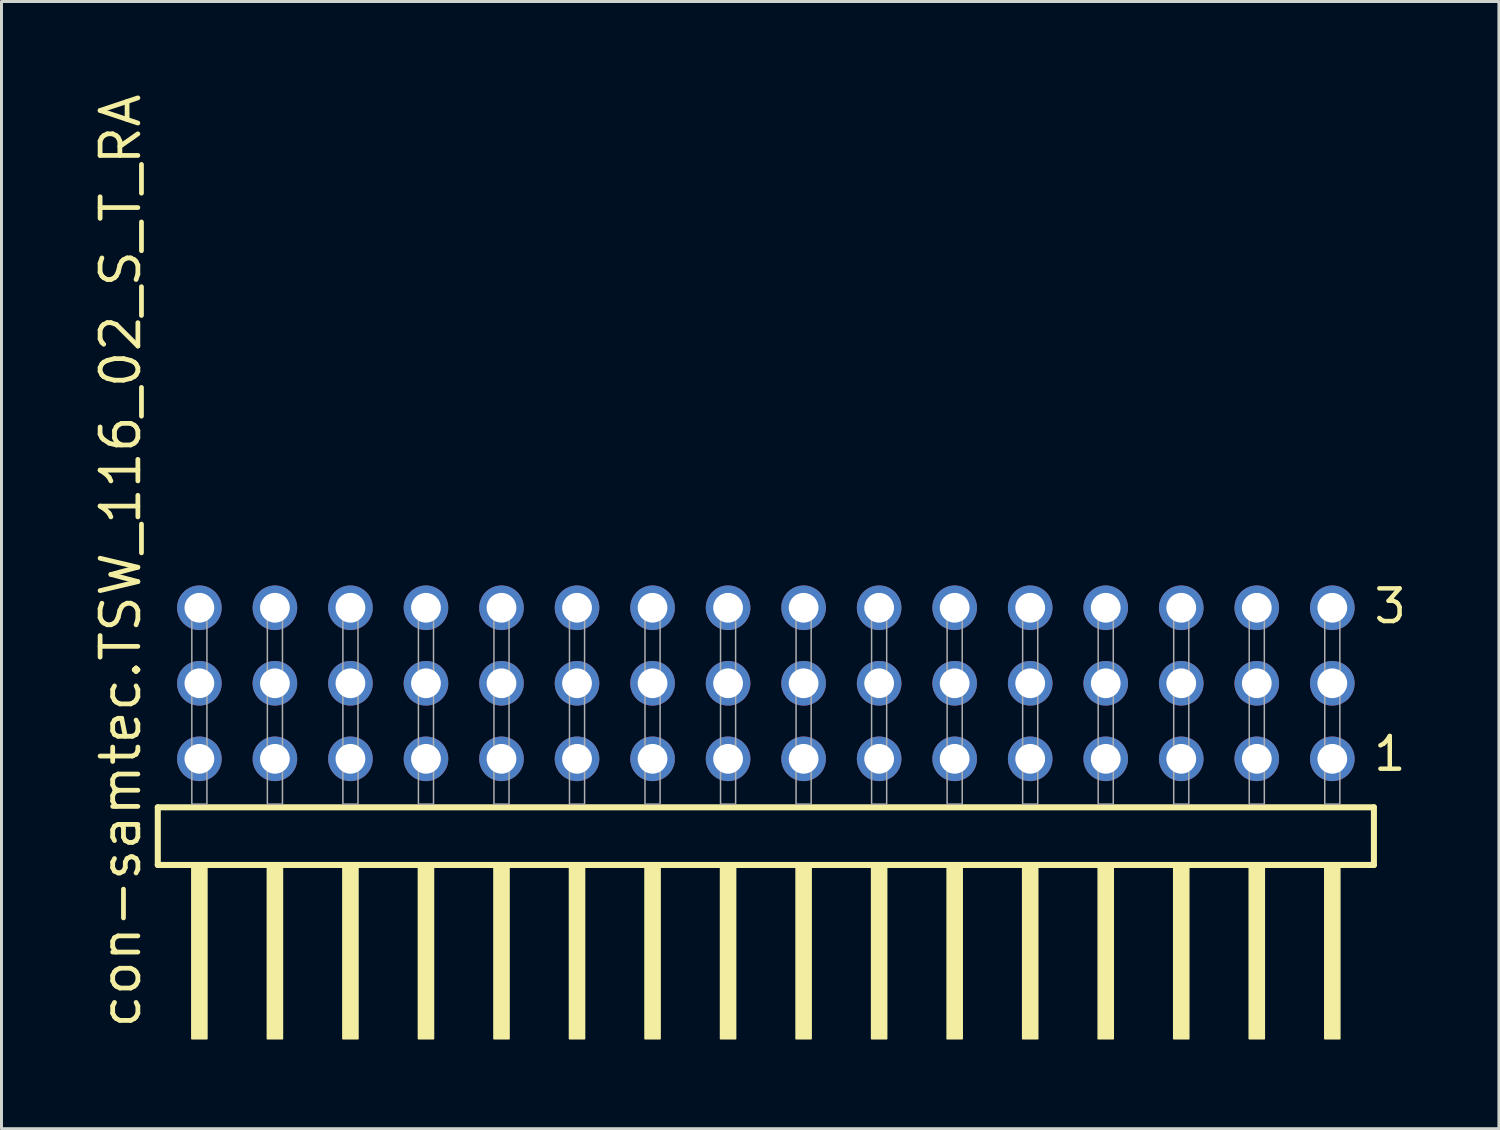
<source format=kicad_pcb>
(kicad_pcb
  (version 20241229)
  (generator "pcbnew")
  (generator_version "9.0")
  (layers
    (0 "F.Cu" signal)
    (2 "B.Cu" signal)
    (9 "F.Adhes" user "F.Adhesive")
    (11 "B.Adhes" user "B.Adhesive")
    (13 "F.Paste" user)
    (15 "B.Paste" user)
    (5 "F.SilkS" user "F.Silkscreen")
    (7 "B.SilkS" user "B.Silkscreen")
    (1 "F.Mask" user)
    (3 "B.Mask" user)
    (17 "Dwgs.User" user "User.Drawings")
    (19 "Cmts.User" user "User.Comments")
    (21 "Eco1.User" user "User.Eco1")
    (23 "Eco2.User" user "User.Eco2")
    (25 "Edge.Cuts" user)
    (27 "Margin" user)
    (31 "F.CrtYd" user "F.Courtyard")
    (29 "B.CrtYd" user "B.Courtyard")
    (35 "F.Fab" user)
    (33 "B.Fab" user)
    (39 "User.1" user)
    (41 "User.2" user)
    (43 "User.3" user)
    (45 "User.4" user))
  (footprint "con-samtec.TSW_116_02_S_T_RA"
    (layer "F.Cu")
    (at 22.705 23.993)
    (property "Reference" "con-samtec.TSW_116_02_S_T_RA" (at -20.955 7.62 90) (layer "F.SilkS") (effects (font (size 1.27 1.27) (thickness 0.16)) (justify left bottom)))
    (attr through_hole)
    (fp_line (start -20.449 0.106) (end -20.449 2.046) (stroke (width 0.203) (type default)) (layer "F.SilkS"))
    (fp_line (start -20.449 2.046) (end 20.449 2.046) (stroke (width 0.203) (type default)) (layer "F.SilkS"))
    (fp_line (start 20.449 0.106) (end -20.449 0.106) (stroke (width 0.203) (type default)) (layer "F.SilkS"))
    (fp_line (start 20.449 2.046) (end 20.449 0.106) (stroke (width 0.203) (type default)) (layer "F.SilkS"))
    (fp_rect (start -19.304 7.89) (end -18.796 2.04) (stroke (width 0.05) (type default)) (fill yes) (layer "F.SilkS"))
    (fp_rect (start -16.764 7.89) (end -16.256 2.04) (stroke (width 0.05) (type default)) (fill yes) (layer "F.SilkS"))
    (fp_rect (start -14.224 7.89) (end -13.716 2.04) (stroke (width 0.05) (type default)) (fill yes) (layer "F.SilkS"))
    (fp_rect (start -11.684 7.89) (end -11.176 2.04) (stroke (width 0.05) (type default)) (fill yes) (layer "F.SilkS"))
    (fp_rect (start -9.144 7.89) (end -8.636 2.04) (stroke (width 0.05) (type default)) (fill yes) (layer "F.SilkS"))
    (fp_rect (start -6.604 7.89) (end -6.096 2.04) (stroke (width 0.05) (type default)) (fill yes) (layer "F.SilkS"))
    (fp_rect (start -4.064 7.89) (end -3.556 2.04) (stroke (width 0.05) (type default)) (fill yes) (layer "F.SilkS"))
    (fp_rect (start -1.524 7.89) (end -1.016 2.04) (stroke (width 0.05) (type default)) (fill yes) (layer "F.SilkS"))
    (fp_rect (start 1.016 7.89) (end 1.524 2.04) (stroke (width 0.05) (type default)) (fill yes) (layer "F.SilkS"))
    (fp_rect (start 3.556 7.89) (end 4.064 2.04) (stroke (width 0.05) (type default)) (fill yes) (layer "F.SilkS"))
    (fp_rect (start 6.096 7.89) (end 6.604 2.04) (stroke (width 0.05) (type default)) (fill yes) (layer "F.SilkS"))
    (fp_rect (start 8.636 7.89) (end 9.144 2.04) (stroke (width 0.05) (type default)) (fill yes) (layer "F.SilkS"))
    (fp_rect (start 11.176 7.89) (end 11.684 2.04) (stroke (width 0.05) (type default)) (fill yes) (layer "F.SilkS"))
    (fp_rect (start 13.716 7.89) (end 14.224 2.04) (stroke (width 0.05) (type default)) (fill yes) (layer "F.SilkS"))
    (fp_rect (start 16.256 7.89) (end 16.764 2.04) (stroke (width 0.05) (type default)) (fill yes) (layer "F.SilkS"))
    (fp_rect (start 18.796 7.89) (end 19.304 2.04) (stroke (width 0.05) (type default)) (fill yes) (layer "F.SilkS"))
    (fp_rect (start -19.304 0) (end -18.796 -6.858) (stroke (width 0.05) (type default)) (fill no) (layer "F.Fab"))
    (fp_rect (start -16.764 0) (end -16.256 -6.858) (stroke (width 0.05) (type default)) (fill no) (layer "F.Fab"))
    (fp_rect (start -14.224 0) (end -13.716 -6.858) (stroke (width 0.05) (type default)) (fill no) (layer "F.Fab"))
    (fp_rect (start -11.684 0) (end -11.176 -6.858) (stroke (width 0.05) (type default)) (fill no) (layer "F.Fab"))
    (fp_rect (start -9.144 0) (end -8.636 -6.858) (stroke (width 0.05) (type default)) (fill no) (layer "F.Fab"))
    (fp_rect (start -6.604 0) (end -6.096 -6.858) (stroke (width 0.05) (type default)) (fill no) (layer "F.Fab"))
    (fp_rect (start -4.064 0) (end -3.556 -6.858) (stroke (width 0.05) (type default)) (fill no) (layer "F.Fab"))
    (fp_rect (start -1.524 0) (end -1.016 -6.858) (stroke (width 0.05) (type default)) (fill no) (layer "F.Fab"))
    (fp_rect (start 1.016 0) (end 1.524 -6.858) (stroke (width 0.05) (type default)) (fill no) (layer "F.Fab"))
    (fp_rect (start 3.556 0) (end 4.064 -6.858) (stroke (width 0.05) (type default)) (fill no) (layer "F.Fab"))
    (fp_rect (start 6.096 0) (end 6.604 -6.858) (stroke (width 0.05) (type default)) (fill no) (layer "F.Fab"))
    (fp_rect (start 8.636 0) (end 9.144 -6.858) (stroke (width 0.05) (type default)) (fill no) (layer "F.Fab"))
    (fp_rect (start 11.176 0) (end 11.684 -6.858) (stroke (width 0.05) (type default)) (fill no) (layer "F.Fab"))
    (fp_rect (start 13.716 0) (end 14.224 -6.858) (stroke (width 0.05) (type default)) (fill no) (layer "F.Fab"))
    (fp_rect (start 16.256 0) (end 16.764 -6.858) (stroke (width 0.05) (type default)) (fill no) (layer "F.Fab"))
    (fp_rect (start 18.796 0) (end 19.304 -6.858) (stroke (width 0.05) (type default)) (fill no) (layer "F.Fab"))
    (fp_text user "3" (at 20.375 -6.015 0) (layer "F.SilkS") (effects (font (size 1.1 1.1) (thickness 0.15)) (justify left bottom)))
    (fp_text user "1" (at 20.36 -1.05 0) (layer "F.SilkS") (effects (font (size 1.1 1.1) (thickness 0.15)) (justify left bottom)))
    (pad "1" thru_hole circle (at 19.05 -1.524 180) (size 1.5 1.5) (drill 1) (layers "*.Cu" "*.Mask"))
    (pad "2" thru_hole circle (at 19.05 -4.064 180) (size 1.5 1.5) (drill 1) (layers "*.Cu" "*.Mask"))
    (pad "3" thru_hole circle (at 19.05 -6.604 180) (size 1.5 1.5) (drill 1) (layers "*.Cu" "*.Mask"))
    (pad "4" thru_hole circle (at 16.51 -1.524 180) (size 1.5 1.5) (drill 1) (layers "*.Cu" "*.Mask"))
    (pad "5" thru_hole circle (at 16.51 -4.064 180) (size 1.5 1.5) (drill 1) (layers "*.Cu" "*.Mask"))
    (pad "6" thru_hole circle (at 16.51 -6.604 180) (size 1.5 1.5) (drill 1) (layers "*.Cu" "*.Mask"))
    (pad "7" thru_hole circle (at 13.97 -1.524 180) (size 1.5 1.5) (drill 1) (layers "*.Cu" "*.Mask"))
    (pad "8" thru_hole circle (at 13.97 -4.064 180) (size 1.5 1.5) (drill 1) (layers "*.Cu" "*.Mask"))
    (pad "9" thru_hole circle (at 13.97 -6.604 180) (size 1.5 1.5) (drill 1) (layers "*.Cu" "*.Mask"))
    (pad "10" thru_hole circle (at 11.43 -1.524 180) (size 1.5 1.5) (drill 1) (layers "*.Cu" "*.Mask"))
    (pad "11" thru_hole circle (at 11.43 -4.064 180) (size 1.5 1.5) (drill 1) (layers "*.Cu" "*.Mask"))
    (pad "12" thru_hole circle (at 11.43 -6.604 180) (size 1.5 1.5) (drill 1) (layers "*.Cu" "*.Mask"))
    (pad "13" thru_hole circle (at 8.89 -1.524 180) (size 1.5 1.5) (drill 1) (layers "*.Cu" "*.Mask"))
    (pad "14" thru_hole circle (at 8.89 -4.064 180) (size 1.5 1.5) (drill 1) (layers "*.Cu" "*.Mask"))
    (pad "15" thru_hole circle (at 8.89 -6.604 180) (size 1.5 1.5) (drill 1) (layers "*.Cu" "*.Mask"))
    (pad "16" thru_hole circle (at 6.35 -1.524 180) (size 1.5 1.5) (drill 1) (layers "*.Cu" "*.Mask"))
    (pad "17" thru_hole circle (at 6.35 -4.064 180) (size 1.5 1.5) (drill 1) (layers "*.Cu" "*.Mask"))
    (pad "18" thru_hole circle (at 6.35 -6.604 180) (size 1.5 1.5) (drill 1) (layers "*.Cu" "*.Mask"))
    (pad "19" thru_hole circle (at 3.81 -1.524 180) (size 1.5 1.5) (drill 1) (layers "*.Cu" "*.Mask"))
    (pad "20" thru_hole circle (at 3.81 -4.064 180) (size 1.5 1.5) (drill 1) (layers "*.Cu" "*.Mask"))
    (pad "21" thru_hole circle (at 3.81 -6.604 180) (size 1.5 1.5) (drill 1) (layers "*.Cu" "*.Mask"))
    (pad "22" thru_hole circle (at 1.27 -1.524 180) (size 1.5 1.5) (drill 1) (layers "*.Cu" "*.Mask"))
    (pad "23" thru_hole circle (at 1.27 -4.064 180) (size 1.5 1.5) (drill 1) (layers "*.Cu" "*.Mask"))
    (pad "24" thru_hole circle (at 1.27 -6.604 180) (size 1.5 1.5) (drill 1) (layers "*.Cu" "*.Mask"))
    (pad "25" thru_hole circle (at -1.27 -1.524 180) (size 1.5 1.5) (drill 1) (layers "*.Cu" "*.Mask"))
    (pad "26" thru_hole circle (at -1.27 -4.064 180) (size 1.5 1.5) (drill 1) (layers "*.Cu" "*.Mask"))
    (pad "27" thru_hole circle (at -1.27 -6.604 180) (size 1.5 1.5) (drill 1) (layers "*.Cu" "*.Mask"))
    (pad "28" thru_hole circle (at -3.81 -1.524 180) (size 1.5 1.5) (drill 1) (layers "*.Cu" "*.Mask"))
    (pad "29" thru_hole circle (at -3.81 -4.064 180) (size 1.5 1.5) (drill 1) (layers "*.Cu" "*.Mask"))
    (pad "30" thru_hole circle (at -3.81 -6.604 180) (size 1.5 1.5) (drill 1) (layers "*.Cu" "*.Mask"))
    (pad "31" thru_hole circle (at -6.35 -1.524 180) (size 1.5 1.5) (drill 1) (layers "*.Cu" "*.Mask"))
    (pad "32" thru_hole circle (at -6.35 -4.064 180) (size 1.5 1.5) (drill 1) (layers "*.Cu" "*.Mask"))
    (pad "33" thru_hole circle (at -6.35 -6.604 180) (size 1.5 1.5) (drill 1) (layers "*.Cu" "*.Mask"))
    (pad "34" thru_hole circle (at -8.89 -1.524 180) (size 1.5 1.5) (drill 1) (layers "*.Cu" "*.Mask"))
    (pad "35" thru_hole circle (at -8.89 -4.064 180) (size 1.5 1.5) (drill 1) (layers "*.Cu" "*.Mask"))
    (pad "36" thru_hole circle (at -8.89 -6.604 180) (size 1.5 1.5) (drill 1) (layers "*.Cu" "*.Mask"))
    (pad "37" thru_hole circle (at -11.43 -1.524 180) (size 1.5 1.5) (drill 1) (layers "*.Cu" "*.Mask"))
    (pad "38" thru_hole circle (at -11.43 -4.064 180) (size 1.5 1.5) (drill 1) (layers "*.Cu" "*.Mask"))
    (pad "39" thru_hole circle (at -11.43 -6.604 180) (size 1.5 1.5) (drill 1) (layers "*.Cu" "*.Mask"))
    (pad "40" thru_hole circle (at -13.97 -1.524 180) (size 1.5 1.5) (drill 1) (layers "*.Cu" "*.Mask"))
    (pad "41" thru_hole circle (at -13.97 -4.064 180) (size 1.5 1.5) (drill 1) (layers "*.Cu" "*.Mask"))
    (pad "42" thru_hole circle (at -13.97 -6.604 180) (size 1.5 1.5) (drill 1) (layers "*.Cu" "*.Mask"))
    (pad "43" thru_hole circle (at -16.51 -1.524 180) (size 1.5 1.5) (drill 1) (layers "*.Cu" "*.Mask"))
    (pad "44" thru_hole circle (at -16.51 -4.064 180) (size 1.5 1.5) (drill 1) (layers "*.Cu" "*.Mask"))
    (pad "45" thru_hole circle (at -16.51 -6.604 180) (size 1.5 1.5) (drill 1) (layers "*.Cu" "*.Mask"))
    (pad "46" thru_hole circle (at -19.05 -1.524 180) (size 1.5 1.5) (drill 1) (layers "*.Cu" "*.Mask"))
    (pad "47" thru_hole circle (at -19.05 -4.064 180) (size 1.5 1.5) (drill 1) (layers "*.Cu" "*.Mask"))
    (pad "48" thru_hole circle (at -19.05 -6.604 180) (size 1.5 1.5) (drill 1) (layers "*.Cu" "*.Mask")))
  (gr_rect
    (start -3 -3)
    (end 47.358 34.908)
    (stroke (width 0.1) (type default))
    (fill no)
    (layer "Edge.Cuts")))
</source>
